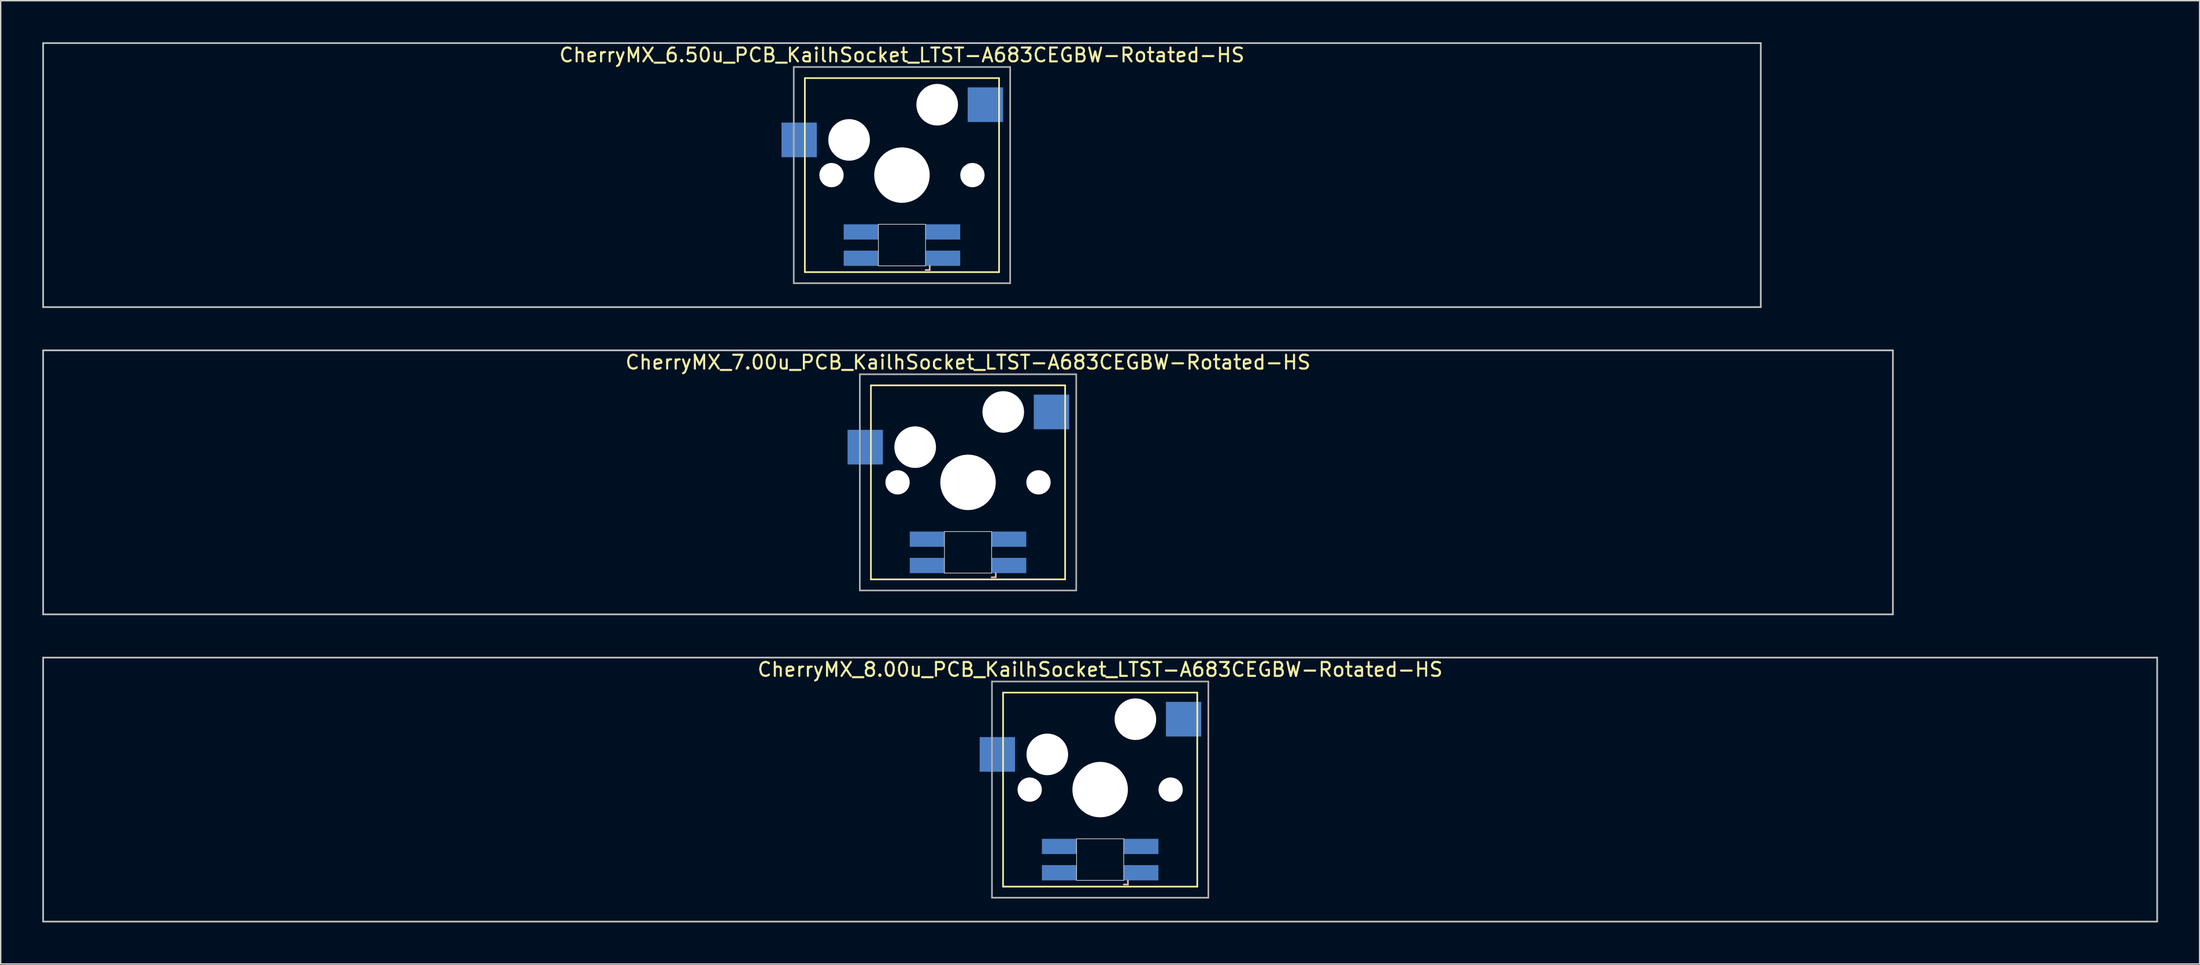
<source format=kicad_pcb>
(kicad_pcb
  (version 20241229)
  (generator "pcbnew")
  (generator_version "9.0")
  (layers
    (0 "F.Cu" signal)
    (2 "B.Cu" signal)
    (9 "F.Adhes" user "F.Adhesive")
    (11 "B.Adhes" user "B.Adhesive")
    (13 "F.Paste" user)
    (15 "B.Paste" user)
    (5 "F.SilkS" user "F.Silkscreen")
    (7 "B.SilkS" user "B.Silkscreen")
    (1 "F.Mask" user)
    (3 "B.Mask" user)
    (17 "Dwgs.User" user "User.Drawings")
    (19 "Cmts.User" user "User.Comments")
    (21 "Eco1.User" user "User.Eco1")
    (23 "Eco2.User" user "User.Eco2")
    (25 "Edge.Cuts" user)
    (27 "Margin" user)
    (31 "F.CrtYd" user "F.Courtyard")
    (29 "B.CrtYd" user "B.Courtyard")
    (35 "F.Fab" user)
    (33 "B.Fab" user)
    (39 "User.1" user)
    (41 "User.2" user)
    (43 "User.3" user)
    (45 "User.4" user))
  (footprint "CherryMX_6.50u_PCB_KailhSocket_LTST-A683CEGBW-Rotated-HS"
    (layer "F.Cu")
    (at 61.972 9.585)
    (property "Reference" "CherryMX_6.50u_PCB_KailhSocket_LTST-A683CEGBW-Rotated-HS" (at 0 -8.662 0) (layer "F.SilkS") (effects (font (size 1 1) (thickness 0.15))))
    (attr through_hole)
    (fp_line (start -7 -7) (end -7 7) (stroke (width 0.12) (type solid)) (layer "F.SilkS"))
    (fp_line (start -7 -7) (end 7 -7) (stroke (width 0.12) (type solid)) (layer "F.SilkS"))
    (fp_line (start 7 -7) (end 7 7) (stroke (width 0.12) (type solid)) (layer "F.SilkS"))
    (fp_line (start 7 7) (end -7 7) (stroke (width 0.12) (type solid)) (layer "F.SilkS"))
    (fp_line (start 1.7 6.85) (end 2 6.85) (stroke (width 0.12) (type solid)) (layer "B.SilkS"))
    (fp_line (start 2 6.85) (end 2 6.55) (stroke (width 0.12) (type solid)) (layer "B.SilkS"))
    (fp_line (start -61.913 -9.525) (end 61.913 -9.525) (stroke (width 0.12) (type solid)) (layer "Dwgs.User"))
    (fp_line (start -61.913 9.525) (end -61.913 -9.525) (stroke (width 0.12) (type solid)) (layer "Dwgs.User"))
    (fp_line (start 61.913 -9.525) (end 61.913 9.525) (stroke (width 0.12) (type solid)) (layer "Dwgs.User"))
    (fp_line (start 61.913 9.525) (end -61.913 9.525) (stroke (width 0.12) (type solid)) (layer "Dwgs.User"))
    (fp_line (start -1.7 3.55) (end 1.7 3.55) (stroke (width 0.05) (type solid)) (layer "Edge.Cuts"))
    (fp_line (start -1.7 6.55) (end -1.7 3.55) (stroke (width 0.05) (type solid)) (layer "Edge.Cuts"))
    (fp_line (start 1.7 3.55) (end 1.7 6.55) (stroke (width 0.05) (type solid)) (layer "Edge.Cuts"))
    (fp_line (start 1.7 6.55) (end -1.7 6.55) (stroke (width 0.05) (type solid)) (layer "Edge.Cuts"))
    (fp_line (start -7.8 -7.8) (end -7.8 7.8) (stroke (width 0.12) (type solid)) (layer "F.Fab"))
    (fp_line (start -7.8 -7.8) (end 7.8 -7.8) (stroke (width 0.12) (type solid)) (layer "F.Fab"))
    (fp_line (start -7.8 7.8) (end 7.8 7.8) (stroke (width 0.12) (type solid)) (layer "F.Fab"))
    (fp_line (start 7.8 -7.8) (end 7.8 7.8) (stroke (width 0.12) (type solid)) (layer "F.Fab"))
    (pad "" np_thru_hole circle (at -5.08 0) (size 1.75 1.75) (drill 1.75) (layers "*.Cu" "*.Mask"))
    (pad "" np_thru_hole circle (at -3.81 -2.54) (size 3 3) (drill 3) (layers "*.Cu" "*.Mask"))
    (pad "" np_thru_hole circle (at 0 0) (size 4 4) (drill 4) (layers "*.Cu" "*.Mask"))
    (pad "" np_thru_hole circle (at 2.54 -5.08) (size 3 3) (drill 3) (layers "*.Cu" "*.Mask"))
    (pad "" np_thru_hole circle (at 5.08 0) (size 1.75 1.75) (drill 1.75) (layers "*.Cu" "*.Mask"))
    (pad "1" smd rect (at -7.41 -2.54) (size 2.55 2.5) (layers "B.Cu" "B.Mask" "B.Paste"))
    (pad "2" smd rect (at 6.015 -5.08) (size 2.55 2.5) (layers "B.Cu" "B.Mask" "B.Paste"))
    (pad "3" smd rect (at 2.95 6) (size 2.5 1.1) (layers "B.Cu" "B.Mask" "B.Paste"))
    (pad "4" smd rect (at 2.95 4.1) (size 2.5 1.1) (layers "B.Cu" "B.Mask" "B.Paste"))
    (pad "5" smd rect (at -2.95 6) (size 2.5 1.1) (layers "B.Cu" "B.Mask" "B.Paste"))
    (pad "6" smd rect (at -2.95 4.1) (size 2.5 1.1) (layers "B.Cu" "B.Mask" "B.Paste")))
  (footprint "CherryMX_8.00u_PCB_KailhSocket_LTST-A683CEGBW-Rotated-HS"
    (layer "F.Cu")
    (at 76.26 53.925)
    (property "Reference" "CherryMX_8.00u_PCB_KailhSocket_LTST-A683CEGBW-Rotated-HS" (at 0 -8.662 0) (layer "F.SilkS") (effects (font (size 1 1) (thickness 0.15))))
    (attr through_hole)
    (fp_line (start -7 -7) (end -7 7) (stroke (width 0.12) (type solid)) (layer "F.SilkS"))
    (fp_line (start -7 -7) (end 7 -7) (stroke (width 0.12) (type solid)) (layer "F.SilkS"))
    (fp_line (start 7 -7) (end 7 7) (stroke (width 0.12) (type solid)) (layer "F.SilkS"))
    (fp_line (start 7 7) (end -7 7) (stroke (width 0.12) (type solid)) (layer "F.SilkS"))
    (fp_line (start 1.7 6.85) (end 2 6.85) (stroke (width 0.12) (type solid)) (layer "B.SilkS"))
    (fp_line (start 2 6.85) (end 2 6.55) (stroke (width 0.12) (type solid)) (layer "B.SilkS"))
    (fp_line (start -76.2 -9.525) (end 76.2 -9.525) (stroke (width 0.12) (type solid)) (layer "Dwgs.User"))
    (fp_line (start -76.2 9.525) (end -76.2 -9.525) (stroke (width 0.12) (type solid)) (layer "Dwgs.User"))
    (fp_line (start 76.2 -9.525) (end 76.2 9.525) (stroke (width 0.12) (type solid)) (layer "Dwgs.User"))
    (fp_line (start 76.2 9.525) (end -76.2 9.525) (stroke (width 0.12) (type solid)) (layer "Dwgs.User"))
    (fp_line (start -1.7 3.55) (end 1.7 3.55) (stroke (width 0.05) (type solid)) (layer "Edge.Cuts"))
    (fp_line (start -1.7 6.55) (end -1.7 3.55) (stroke (width 0.05) (type solid)) (layer "Edge.Cuts"))
    (fp_line (start 1.7 3.55) (end 1.7 6.55) (stroke (width 0.05) (type solid)) (layer "Edge.Cuts"))
    (fp_line (start 1.7 6.55) (end -1.7 6.55) (stroke (width 0.05) (type solid)) (layer "Edge.Cuts"))
    (fp_line (start -7.8 -7.8) (end -7.8 7.8) (stroke (width 0.12) (type solid)) (layer "F.Fab"))
    (fp_line (start -7.8 -7.8) (end 7.8 -7.8) (stroke (width 0.12) (type solid)) (layer "F.Fab"))
    (fp_line (start -7.8 7.8) (end 7.8 7.8) (stroke (width 0.12) (type solid)) (layer "F.Fab"))
    (fp_line (start 7.8 -7.8) (end 7.8 7.8) (stroke (width 0.12) (type solid)) (layer "F.Fab"))
    (pad "" np_thru_hole circle (at -5.08 0) (size 1.75 1.75) (drill 1.75) (layers "*.Cu" "*.Mask"))
    (pad "" np_thru_hole circle (at -3.81 -2.54) (size 3 3) (drill 3) (layers "*.Cu" "*.Mask"))
    (pad "" np_thru_hole circle (at 0 0) (size 4 4) (drill 4) (layers "*.Cu" "*.Mask"))
    (pad "" np_thru_hole circle (at 2.54 -5.08) (size 3 3) (drill 3) (layers "*.Cu" "*.Mask"))
    (pad "" np_thru_hole circle (at 5.08 0) (size 1.75 1.75) (drill 1.75) (layers "*.Cu" "*.Mask"))
    (pad "1" smd rect (at -7.41 -2.54) (size 2.55 2.5) (layers "B.Cu" "B.Mask" "B.Paste"))
    (pad "2" smd rect (at 6.015 -5.08) (size 2.55 2.5) (layers "B.Cu" "B.Mask" "B.Paste"))
    (pad "3" smd rect (at 2.95 6) (size 2.5 1.1) (layers "B.Cu" "B.Mask" "B.Paste"))
    (pad "4" smd rect (at 2.95 4.1) (size 2.5 1.1) (layers "B.Cu" "B.Mask" "B.Paste"))
    (pad "5" smd rect (at -2.95 6) (size 2.5 1.1) (layers "B.Cu" "B.Mask" "B.Paste"))
    (pad "6" smd rect (at -2.95 4.1) (size 2.5 1.1) (layers "B.Cu" "B.Mask" "B.Paste")))
  (footprint "CherryMX_7.00u_PCB_KailhSocket_LTST-A683CEGBW-Rotated-HS"
    (layer "F.Cu")
    (at 66.735 31.755)
    (property "Reference" "CherryMX_7.00u_PCB_KailhSocket_LTST-A683CEGBW-Rotated-HS" (at 0 -8.662 0) (layer "F.SilkS") (effects (font (size 1 1) (thickness 0.15))))
    (attr through_hole)
    (fp_line (start -7 -7) (end -7 7) (stroke (width 0.12) (type solid)) (layer "F.SilkS"))
    (fp_line (start -7 -7) (end 7 -7) (stroke (width 0.12) (type solid)) (layer "F.SilkS"))
    (fp_line (start 7 -7) (end 7 7) (stroke (width 0.12) (type solid)) (layer "F.SilkS"))
    (fp_line (start 7 7) (end -7 7) (stroke (width 0.12) (type solid)) (layer "F.SilkS"))
    (fp_line (start 1.7 6.85) (end 2 6.85) (stroke (width 0.12) (type solid)) (layer "B.SilkS"))
    (fp_line (start 2 6.85) (end 2 6.55) (stroke (width 0.12) (type solid)) (layer "B.SilkS"))
    (fp_line (start -66.675 -9.525) (end 66.675 -9.525) (stroke (width 0.12) (type solid)) (layer "Dwgs.User"))
    (fp_line (start -66.675 9.525) (end -66.675 -9.525) (stroke (width 0.12) (type solid)) (layer "Dwgs.User"))
    (fp_line (start 66.675 -9.525) (end 66.675 9.525) (stroke (width 0.12) (type solid)) (layer "Dwgs.User"))
    (fp_line (start 66.675 9.525) (end -66.675 9.525) (stroke (width 0.12) (type solid)) (layer "Dwgs.User"))
    (fp_line (start -1.7 3.55) (end 1.7 3.55) (stroke (width 0.05) (type solid)) (layer "Edge.Cuts"))
    (fp_line (start -1.7 6.55) (end -1.7 3.55) (stroke (width 0.05) (type solid)) (layer "Edge.Cuts"))
    (fp_line (start 1.7 3.55) (end 1.7 6.55) (stroke (width 0.05) (type solid)) (layer "Edge.Cuts"))
    (fp_line (start 1.7 6.55) (end -1.7 6.55) (stroke (width 0.05) (type solid)) (layer "Edge.Cuts"))
    (fp_line (start -7.8 -7.8) (end -7.8 7.8) (stroke (width 0.12) (type solid)) (layer "F.Fab"))
    (fp_line (start -7.8 -7.8) (end 7.8 -7.8) (stroke (width 0.12) (type solid)) (layer "F.Fab"))
    (fp_line (start -7.8 7.8) (end 7.8 7.8) (stroke (width 0.12) (type solid)) (layer "F.Fab"))
    (fp_line (start 7.8 -7.8) (end 7.8 7.8) (stroke (width 0.12) (type solid)) (layer "F.Fab"))
    (pad "" np_thru_hole circle (at -5.08 0) (size 1.75 1.75) (drill 1.75) (layers "*.Cu" "*.Mask"))
    (pad "" np_thru_hole circle (at -3.81 -2.54) (size 3 3) (drill 3) (layers "*.Cu" "*.Mask"))
    (pad "" np_thru_hole circle (at 0 0) (size 4 4) (drill 4) (layers "*.Cu" "*.Mask"))
    (pad "" np_thru_hole circle (at 2.54 -5.08) (size 3 3) (drill 3) (layers "*.Cu" "*.Mask"))
    (pad "" np_thru_hole circle (at 5.08 0) (size 1.75 1.75) (drill 1.75) (layers "*.Cu" "*.Mask"))
    (pad "1" smd rect (at -7.41 -2.54) (size 2.55 2.5) (layers "B.Cu" "B.Mask" "B.Paste"))
    (pad "2" smd rect (at 6.015 -5.08) (size 2.55 2.5) (layers "B.Cu" "B.Mask" "B.Paste"))
    (pad "3" smd rect (at 2.95 6) (size 2.5 1.1) (layers "B.Cu" "B.Mask" "B.Paste"))
    (pad "4" smd rect (at 2.95 4.1) (size 2.5 1.1) (layers "B.Cu" "B.Mask" "B.Paste"))
    (pad "5" smd rect (at -2.95 6) (size 2.5 1.1) (layers "B.Cu" "B.Mask" "B.Paste"))
    (pad "6" smd rect (at -2.95 4.1) (size 2.5 1.1) (layers "B.Cu" "B.Mask" "B.Paste")))
  (gr_rect
    (start -3 -3)
    (end 155.52 66.51)
    (stroke (width 0.1) (type default))
    (fill no)
    (layer "Edge.Cuts")))
</source>
